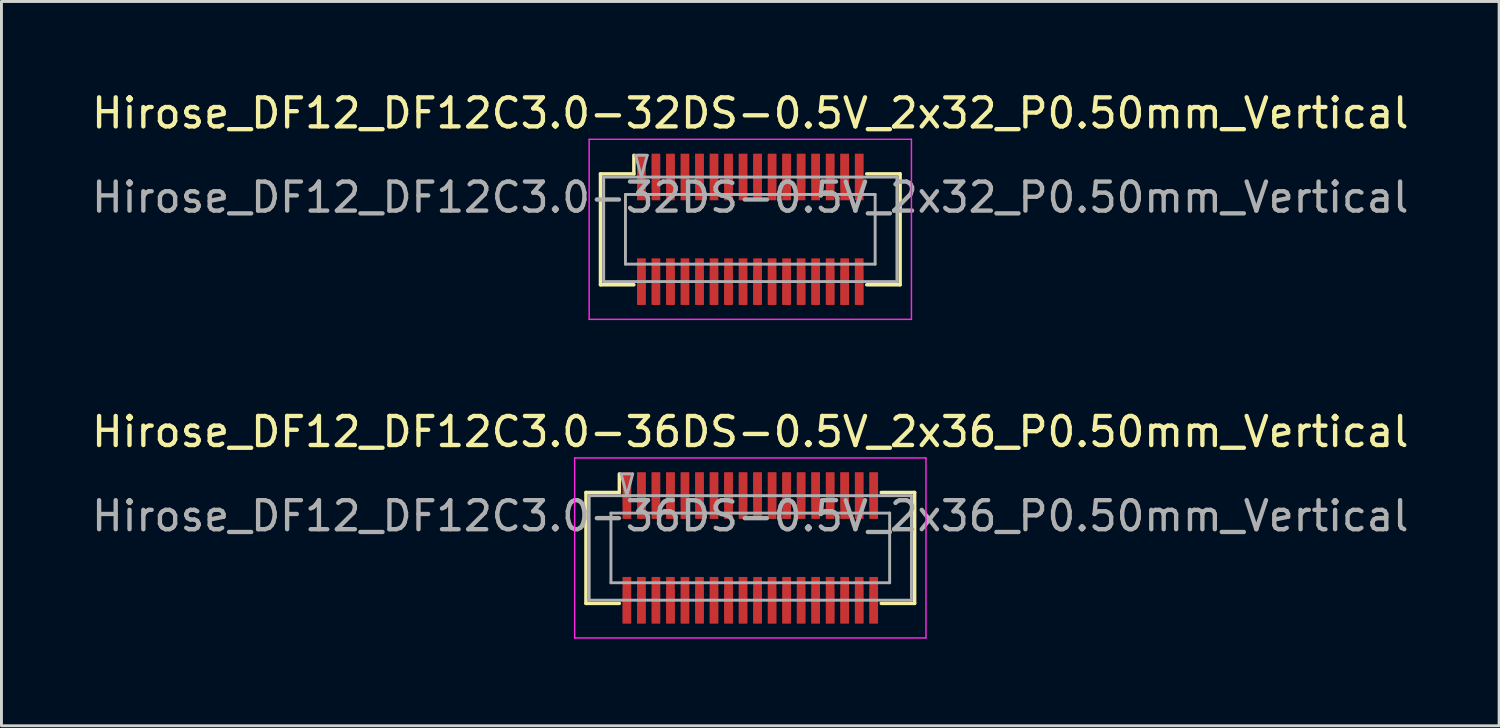
<source format=kicad_pcb>
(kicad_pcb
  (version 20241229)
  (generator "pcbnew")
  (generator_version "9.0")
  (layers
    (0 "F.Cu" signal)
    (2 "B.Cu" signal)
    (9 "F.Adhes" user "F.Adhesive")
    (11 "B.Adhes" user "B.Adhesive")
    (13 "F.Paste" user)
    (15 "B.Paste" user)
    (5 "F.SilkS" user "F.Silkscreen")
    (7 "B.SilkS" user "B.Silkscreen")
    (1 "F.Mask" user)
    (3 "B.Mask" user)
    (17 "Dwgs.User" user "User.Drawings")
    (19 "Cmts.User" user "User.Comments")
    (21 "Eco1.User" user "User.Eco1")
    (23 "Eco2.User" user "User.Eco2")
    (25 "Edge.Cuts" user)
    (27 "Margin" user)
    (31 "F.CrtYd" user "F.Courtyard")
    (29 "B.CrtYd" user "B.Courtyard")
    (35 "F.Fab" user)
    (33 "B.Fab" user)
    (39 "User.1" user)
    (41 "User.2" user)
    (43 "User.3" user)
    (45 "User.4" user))
  (footprint "Hirose_DF12_DF12C3.0-32DS-0.5V_2x32_P0.50mm_Vertical"
    (layer "F.Cu")
    (at 22.792 4.848)
    (property "Reference" "Hirose_DF12_DF12C3.0-32DS-0.5V_2x32_P0.50mm_Vertical" (at 0 -4 0) (layer "F.SilkS") (effects (font (size 1 1) (thickness 0.15))))
    (attr smd)
    (fp_line (start -5.16 -1.91) (end -4.01 -1.91) (stroke (width 0.12) (type solid)) (layer "F.SilkS"))
    (fp_line (start -5.16 1.91) (end -5.16 -1.91) (stroke (width 0.12) (type solid)) (layer "F.SilkS"))
    (fp_line (start -4.01 -1.91) (end -4.01 -2.55) (stroke (width 0.12) (type solid)) (layer "F.SilkS"))
    (fp_line (start -4.01 1.91) (end -5.16 1.91) (stroke (width 0.12) (type solid)) (layer "F.SilkS"))
    (fp_line (start 4.01 1.91) (end 5.16 1.91) (stroke (width 0.12) (type solid)) (layer "F.SilkS"))
    (fp_line (start 5.16 -1.91) (end 4.01 -1.91) (stroke (width 0.12) (type solid)) (layer "F.SilkS"))
    (fp_line (start 5.16 1.91) (end 5.16 -1.91) (stroke (width 0.12) (type solid)) (layer "F.SilkS"))
    (fp_line (start -5.55 -3.1) (end -5.55 3.1) (stroke (width 0.05) (type solid)) (layer "F.CrtYd"))
    (fp_line (start -5.55 3.1) (end 5.55 3.1) (stroke (width 0.05) (type solid)) (layer "F.CrtYd"))
    (fp_line (start 5.55 -3.1) (end -5.55 -3.1) (stroke (width 0.05) (type solid)) (layer "F.CrtYd"))
    (fp_line (start 5.55 3.1) (end 5.55 -3.1) (stroke (width 0.05) (type solid)) (layer "F.CrtYd"))
    (fp_line (start -5.05 -1.8) (end 5.05 -1.8) (stroke (width 0.1) (type solid)) (layer "F.Fab"))
    (fp_line (start -5.05 1.8) (end -5.05 -1.8) (stroke (width 0.1) (type solid)) (layer "F.Fab"))
    (fp_line (start -4.3 -1.2) (end 4.3 -1.2) (stroke (width 0.1) (type solid)) (layer "F.Fab"))
    (fp_line (start -4.3 1.2) (end -4.3 -1.2) (stroke (width 0.1) (type solid)) (layer "F.Fab"))
    (fp_line (start -3.95 -2.55) (end -3.75 -1.8) (stroke (width 0.1) (type solid)) (layer "F.Fab"))
    (fp_line (start -3.75 -1.8) (end -3.55 -2.55) (stroke (width 0.1) (type solid)) (layer "F.Fab"))
    (fp_line (start -3.55 -2.55) (end -3.95 -2.55) (stroke (width 0.1) (type solid)) (layer "F.Fab"))
    (fp_line (start 4.3 -1.2) (end 4.3 1.2) (stroke (width 0.1) (type solid)) (layer "F.Fab"))
    (fp_line (start 4.3 1.2) (end -4.3 1.2) (stroke (width 0.1) (type solid)) (layer "F.Fab"))
    (fp_line (start 5.05 -1.8) (end 5.05 1.8) (stroke (width 0.1) (type solid)) (layer "F.Fab"))
    (fp_line (start 5.05 1.8) (end -5.05 1.8) (stroke (width 0.1) (type solid)) (layer "F.Fab"))
    (fp_text user "${REFERENCE}" (at 0 -1.1 0) (layer "F.Fab") (effects (font (size 1 1) (thickness 0.15))))
    (pad "" smd rect (at -3.75 -2) (size 0.28 1.2) (layers "F.Cu" "F.Paste"))
    (pad "" smd rect (at -3.75 2) (size 0.28 1.2) (layers "F.Cu" "F.Paste"))
    (pad "" smd rect (at -3.25 -2) (size 0.28 1.2) (layers "F.Cu" "F.Paste"))
    (pad "" smd rect (at -3.25 2) (size 0.28 1.2) (layers "F.Cu" "F.Paste"))
    (pad "" smd rect (at -2.75 -2) (size 0.28 1.2) (layers "F.Cu" "F.Paste"))
    (pad "" smd rect (at -2.75 2) (size 0.28 1.2) (layers "F.Cu" "F.Paste"))
    (pad "" smd rect (at -2.25 -2) (size 0.28 1.2) (layers "F.Cu" "F.Paste"))
    (pad "" smd rect (at -2.25 2) (size 0.28 1.2) (layers "F.Cu" "F.Paste"))
    (pad "" smd rect (at -1.75 -2) (size 0.28 1.2) (layers "F.Cu" "F.Paste"))
    (pad "" smd rect (at -1.75 2) (size 0.28 1.2) (layers "F.Cu" "F.Paste"))
    (pad "" smd rect (at -1.25 -2) (size 0.28 1.2) (layers "F.Cu" "F.Paste"))
    (pad "" smd rect (at -1.25 2) (size 0.28 1.2) (layers "F.Cu" "F.Paste"))
    (pad "" smd rect (at -0.75 -2) (size 0.28 1.2) (layers "F.Cu" "F.Paste"))
    (pad "" smd rect (at -0.75 2) (size 0.28 1.2) (layers "F.Cu" "F.Paste"))
    (pad "" smd rect (at -0.25 -2) (size 0.28 1.2) (layers "F.Cu" "F.Paste"))
    (pad "" smd rect (at -0.25 2) (size 0.28 1.2) (layers "F.Cu" "F.Paste"))
    (pad "" smd rect (at 0.25 -2) (size 0.28 1.2) (layers "F.Cu" "F.Paste"))
    (pad "" smd rect (at 0.25 2) (size 0.28 1.2) (layers "F.Cu" "F.Paste"))
    (pad "" smd rect (at 0.75 -2) (size 0.28 1.2) (layers "F.Cu" "F.Paste"))
    (pad "" smd rect (at 0.75 2) (size 0.28 1.2) (layers "F.Cu" "F.Paste"))
    (pad "" smd rect (at 1.25 -2) (size 0.28 1.2) (layers "F.Cu" "F.Paste"))
    (pad "" smd rect (at 1.25 2) (size 0.28 1.2) (layers "F.Cu" "F.Paste"))
    (pad "" smd rect (at 1.75 -2) (size 0.28 1.2) (layers "F.Cu" "F.Paste"))
    (pad "" smd rect (at 1.75 2) (size 0.28 1.2) (layers "F.Cu" "F.Paste"))
    (pad "" smd rect (at 2.25 -2) (size 0.28 1.2) (layers "F.Cu" "F.Paste"))
    (pad "" smd rect (at 2.25 2) (size 0.28 1.2) (layers "F.Cu" "F.Paste"))
    (pad "" smd rect (at 2.75 -2) (size 0.28 1.2) (layers "F.Cu" "F.Paste"))
    (pad "" smd rect (at 2.75 2) (size 0.28 1.2) (layers "F.Cu" "F.Paste"))
    (pad "" smd rect (at 3.25 -2) (size 0.28 1.2) (layers "F.Cu" "F.Paste"))
    (pad "" smd rect (at 3.25 2) (size 0.28 1.2) (layers "F.Cu" "F.Paste"))
    (pad "" smd rect (at 3.75 -2) (size 0.28 1.2) (layers "F.Cu" "F.Paste"))
    (pad "" smd rect (at 3.75 2) (size 0.28 1.2) (layers "F.Cu" "F.Paste"))
    (pad "1" smd rect (at -3.75 -1.8) (size 0.3 1.6) (layers "F.Cu" "F.Mask"))
    (pad "2" smd rect (at -3.25 -1.8) (size 0.3 1.6) (layers "F.Cu" "F.Mask"))
    (pad "3" smd rect (at -2.75 -1.8) (size 0.3 1.6) (layers "F.Cu" "F.Mask"))
    (pad "4" smd rect (at -2.25 -1.8) (size 0.3 1.6) (layers "F.Cu" "F.Mask"))
    (pad "5" smd rect (at -1.75 -1.8) (size 0.3 1.6) (layers "F.Cu" "F.Mask"))
    (pad "6" smd rect (at -1.25 -1.8) (size 0.3 1.6) (layers "F.Cu" "F.Mask"))
    (pad "7" smd rect (at -0.75 -1.8) (size 0.3 1.6) (layers "F.Cu" "F.Mask"))
    (pad "8" smd rect (at -0.25 -1.8) (size 0.3 1.6) (layers "F.Cu" "F.Mask"))
    (pad "9" smd rect (at 0.25 -1.8) (size 0.3 1.6) (layers "F.Cu" "F.Mask"))
    (pad "10" smd rect (at 0.75 -1.8) (size 0.3 1.6) (layers "F.Cu" "F.Mask"))
    (pad "11" smd rect (at 1.25 -1.8) (size 0.3 1.6) (layers "F.Cu" "F.Mask"))
    (pad "12" smd rect (at 1.75 -1.8) (size 0.3 1.6) (layers "F.Cu" "F.Mask"))
    (pad "13" smd rect (at 2.25 -1.8) (size 0.3 1.6) (layers "F.Cu" "F.Mask"))
    (pad "14" smd rect (at 2.75 -1.8) (size 0.3 1.6) (layers "F.Cu" "F.Mask"))
    (pad "15" smd rect (at 3.25 -1.8) (size 0.3 1.6) (layers "F.Cu" "F.Mask"))
    (pad "16" smd rect (at 3.75 -1.8) (size 0.3 1.6) (layers "F.Cu" "F.Mask"))
    (pad "17" smd rect (at -3.75 1.8) (size 0.3 1.6) (layers "F.Cu" "F.Mask"))
    (pad "18" smd rect (at -3.25 1.8) (size 0.3 1.6) (layers "F.Cu" "F.Mask"))
    (pad "19" smd rect (at -2.75 1.8) (size 0.3 1.6) (layers "F.Cu" "F.Mask"))
    (pad "20" smd rect (at -2.25 1.8) (size 0.3 1.6) (layers "F.Cu" "F.Mask"))
    (pad "21" smd rect (at -1.75 1.8) (size 0.3 1.6) (layers "F.Cu" "F.Mask"))
    (pad "22" smd rect (at -1.25 1.8) (size 0.3 1.6) (layers "F.Cu" "F.Mask"))
    (pad "23" smd rect (at -0.75 1.8) (size 0.3 1.6) (layers "F.Cu" "F.Mask"))
    (pad "24" smd rect (at -0.25 1.8) (size 0.3 1.6) (layers "F.Cu" "F.Mask"))
    (pad "25" smd rect (at 0.25 1.8) (size 0.3 1.6) (layers "F.Cu" "F.Mask"))
    (pad "26" smd rect (at 0.75 1.8) (size 0.3 1.6) (layers "F.Cu" "F.Mask"))
    (pad "27" smd rect (at 1.25 1.8) (size 0.3 1.6) (layers "F.Cu" "F.Mask"))
    (pad "28" smd rect (at 1.75 1.8) (size 0.3 1.6) (layers "F.Cu" "F.Mask"))
    (pad "29" smd rect (at 2.25 1.8) (size 0.3 1.6) (layers "F.Cu" "F.Mask"))
    (pad "30" smd rect (at 2.75 1.8) (size 0.3 1.6) (layers "F.Cu" "F.Mask"))
    (pad "31" smd rect (at 3.25 1.8) (size 0.3 1.6) (layers "F.Cu" "F.Mask"))
    (pad "32" smd rect (at 3.75 1.8) (size 0.3 1.6) (layers "F.Cu" "F.Mask")))
  (footprint "Hirose_DF12_DF12C3.0-36DS-0.5V_2x36_P0.50mm_Vertical"
    (layer "F.Cu")
    (at 22.792 15.822)
    (property "Reference" "Hirose_DF12_DF12C3.0-36DS-0.5V_2x36_P0.50mm_Vertical" (at 0 -4 0) (layer "F.SilkS") (effects (font (size 1 1) (thickness 0.15))))
    (attr smd)
    (fp_line (start -5.66 -1.91) (end -4.51 -1.91) (stroke (width 0.12) (type solid)) (layer "F.SilkS"))
    (fp_line (start -5.66 1.91) (end -5.66 -1.91) (stroke (width 0.12) (type solid)) (layer "F.SilkS"))
    (fp_line (start -4.51 -1.91) (end -4.51 -2.55) (stroke (width 0.12) (type solid)) (layer "F.SilkS"))
    (fp_line (start -4.51 1.91) (end -5.66 1.91) (stroke (width 0.12) (type solid)) (layer "F.SilkS"))
    (fp_line (start 4.51 1.91) (end 5.66 1.91) (stroke (width 0.12) (type solid)) (layer "F.SilkS"))
    (fp_line (start 5.66 -1.91) (end 4.51 -1.91) (stroke (width 0.12) (type solid)) (layer "F.SilkS"))
    (fp_line (start 5.66 1.91) (end 5.66 -1.91) (stroke (width 0.12) (type solid)) (layer "F.SilkS"))
    (fp_line (start -6.05 -3.1) (end -6.05 3.1) (stroke (width 0.05) (type solid)) (layer "F.CrtYd"))
    (fp_line (start -6.05 3.1) (end 6.05 3.1) (stroke (width 0.05) (type solid)) (layer "F.CrtYd"))
    (fp_line (start 6.05 -3.1) (end -6.05 -3.1) (stroke (width 0.05) (type solid)) (layer "F.CrtYd"))
    (fp_line (start 6.05 3.1) (end 6.05 -3.1) (stroke (width 0.05) (type solid)) (layer "F.CrtYd"))
    (fp_line (start -5.55 -1.8) (end 5.55 -1.8) (stroke (width 0.1) (type solid)) (layer "F.Fab"))
    (fp_line (start -5.55 1.8) (end -5.55 -1.8) (stroke (width 0.1) (type solid)) (layer "F.Fab"))
    (fp_line (start -4.8 -1.2) (end 4.8 -1.2) (stroke (width 0.1) (type solid)) (layer "F.Fab"))
    (fp_line (start -4.8 1.2) (end -4.8 -1.2) (stroke (width 0.1) (type solid)) (layer "F.Fab"))
    (fp_line (start -4.45 -2.55) (end -4.25 -1.8) (stroke (width 0.1) (type solid)) (layer "F.Fab"))
    (fp_line (start -4.25 -1.8) (end -4.05 -2.55) (stroke (width 0.1) (type solid)) (layer "F.Fab"))
    (fp_line (start -4.05 -2.55) (end -4.45 -2.55) (stroke (width 0.1) (type solid)) (layer "F.Fab"))
    (fp_line (start 4.8 -1.2) (end 4.8 1.2) (stroke (width 0.1) (type solid)) (layer "F.Fab"))
    (fp_line (start 4.8 1.2) (end -4.8 1.2) (stroke (width 0.1) (type solid)) (layer "F.Fab"))
    (fp_line (start 5.55 -1.8) (end 5.55 1.8) (stroke (width 0.1) (type solid)) (layer "F.Fab"))
    (fp_line (start 5.55 1.8) (end -5.55 1.8) (stroke (width 0.1) (type solid)) (layer "F.Fab"))
    (fp_text user "${REFERENCE}" (at 0 -1.1 0) (layer "F.Fab") (effects (font (size 1 1) (thickness 0.15))))
    (pad "" smd rect (at -4.25 -2) (size 0.28 1.2) (layers "F.Cu" "F.Paste"))
    (pad "" smd rect (at -4.25 2) (size 0.28 1.2) (layers "F.Cu" "F.Paste"))
    (pad "" smd rect (at -3.75 -2) (size 0.28 1.2) (layers "F.Cu" "F.Paste"))
    (pad "" smd rect (at -3.75 2) (size 0.28 1.2) (layers "F.Cu" "F.Paste"))
    (pad "" smd rect (at -3.25 -2) (size 0.28 1.2) (layers "F.Cu" "F.Paste"))
    (pad "" smd rect (at -3.25 2) (size 0.28 1.2) (layers "F.Cu" "F.Paste"))
    (pad "" smd rect (at -2.75 -2) (size 0.28 1.2) (layers "F.Cu" "F.Paste"))
    (pad "" smd rect (at -2.75 2) (size 0.28 1.2) (layers "F.Cu" "F.Paste"))
    (pad "" smd rect (at -2.25 -2) (size 0.28 1.2) (layers "F.Cu" "F.Paste"))
    (pad "" smd rect (at -2.25 2) (size 0.28 1.2) (layers "F.Cu" "F.Paste"))
    (pad "" smd rect (at -1.75 -2) (size 0.28 1.2) (layers "F.Cu" "F.Paste"))
    (pad "" smd rect (at -1.75 2) (size 0.28 1.2) (layers "F.Cu" "F.Paste"))
    (pad "" smd rect (at -1.25 -2) (size 0.28 1.2) (layers "F.Cu" "F.Paste"))
    (pad "" smd rect (at -1.25 2) (size 0.28 1.2) (layers "F.Cu" "F.Paste"))
    (pad "" smd rect (at -0.75 -2) (size 0.28 1.2) (layers "F.Cu" "F.Paste"))
    (pad "" smd rect (at -0.75 2) (size 0.28 1.2) (layers "F.Cu" "F.Paste"))
    (pad "" smd rect (at -0.25 -2) (size 0.28 1.2) (layers "F.Cu" "F.Paste"))
    (pad "" smd rect (at -0.25 2) (size 0.28 1.2) (layers "F.Cu" "F.Paste"))
    (pad "" smd rect (at 0.25 -2) (size 0.28 1.2) (layers "F.Cu" "F.Paste"))
    (pad "" smd rect (at 0.25 2) (size 0.28 1.2) (layers "F.Cu" "F.Paste"))
    (pad "" smd rect (at 0.75 -2) (size 0.28 1.2) (layers "F.Cu" "F.Paste"))
    (pad "" smd rect (at 0.75 2) (size 0.28 1.2) (layers "F.Cu" "F.Paste"))
    (pad "" smd rect (at 1.25 -2) (size 0.28 1.2) (layers "F.Cu" "F.Paste"))
    (pad "" smd rect (at 1.25 2) (size 0.28 1.2) (layers "F.Cu" "F.Paste"))
    (pad "" smd rect (at 1.75 -2) (size 0.28 1.2) (layers "F.Cu" "F.Paste"))
    (pad "" smd rect (at 1.75 2) (size 0.28 1.2) (layers "F.Cu" "F.Paste"))
    (pad "" smd rect (at 2.25 -2) (size 0.28 1.2) (layers "F.Cu" "F.Paste"))
    (pad "" smd rect (at 2.25 2) (size 0.28 1.2) (layers "F.Cu" "F.Paste"))
    (pad "" smd rect (at 2.75 -2) (size 0.28 1.2) (layers "F.Cu" "F.Paste"))
    (pad "" smd rect (at 2.75 2) (size 0.28 1.2) (layers "F.Cu" "F.Paste"))
    (pad "" smd rect (at 3.25 -2) (size 0.28 1.2) (layers "F.Cu" "F.Paste"))
    (pad "" smd rect (at 3.25 2) (size 0.28 1.2) (layers "F.Cu" "F.Paste"))
    (pad "" smd rect (at 3.75 -2) (size 0.28 1.2) (layers "F.Cu" "F.Paste"))
    (pad "" smd rect (at 3.75 2) (size 0.28 1.2) (layers "F.Cu" "F.Paste"))
    (pad "" smd rect (at 4.25 -2) (size 0.28 1.2) (layers "F.Cu" "F.Paste"))
    (pad "" smd rect (at 4.25 2) (size 0.28 1.2) (layers "F.Cu" "F.Paste"))
    (pad "1" smd rect (at -4.25 -1.8) (size 0.3 1.6) (layers "F.Cu" "F.Mask"))
    (pad "2" smd rect (at -3.75 -1.8) (size 0.3 1.6) (layers "F.Cu" "F.Mask"))
    (pad "3" smd rect (at -3.25 -1.8) (size 0.3 1.6) (layers "F.Cu" "F.Mask"))
    (pad "4" smd rect (at -2.75 -1.8) (size 0.3 1.6) (layers "F.Cu" "F.Mask"))
    (pad "5" smd rect (at -2.25 -1.8) (size 0.3 1.6) (layers "F.Cu" "F.Mask"))
    (pad "6" smd rect (at -1.75 -1.8) (size 0.3 1.6) (layers "F.Cu" "F.Mask"))
    (pad "7" smd rect (at -1.25 -1.8) (size 0.3 1.6) (layers "F.Cu" "F.Mask"))
    (pad "8" smd rect (at -0.75 -1.8) (size 0.3 1.6) (layers "F.Cu" "F.Mask"))
    (pad "9" smd rect (at -0.25 -1.8) (size 0.3 1.6) (layers "F.Cu" "F.Mask"))
    (pad "10" smd rect (at 0.25 -1.8) (size 0.3 1.6) (layers "F.Cu" "F.Mask"))
    (pad "11" smd rect (at 0.75 -1.8) (size 0.3 1.6) (layers "F.Cu" "F.Mask"))
    (pad "12" smd rect (at 1.25 -1.8) (size 0.3 1.6) (layers "F.Cu" "F.Mask"))
    (pad "13" smd rect (at 1.75 -1.8) (size 0.3 1.6) (layers "F.Cu" "F.Mask"))
    (pad "14" smd rect (at 2.25 -1.8) (size 0.3 1.6) (layers "F.Cu" "F.Mask"))
    (pad "15" smd rect (at 2.75 -1.8) (size 0.3 1.6) (layers "F.Cu" "F.Mask"))
    (pad "16" smd rect (at 3.25 -1.8) (size 0.3 1.6) (layers "F.Cu" "F.Mask"))
    (pad "17" smd rect (at 3.75 -1.8) (size 0.3 1.6) (layers "F.Cu" "F.Mask"))
    (pad "18" smd rect (at 4.25 -1.8) (size 0.3 1.6) (layers "F.Cu" "F.Mask"))
    (pad "19" smd rect (at -4.25 1.8) (size 0.3 1.6) (layers "F.Cu" "F.Mask"))
    (pad "20" smd rect (at -3.75 1.8) (size 0.3 1.6) (layers "F.Cu" "F.Mask"))
    (pad "21" smd rect (at -3.25 1.8) (size 0.3 1.6) (layers "F.Cu" "F.Mask"))
    (pad "22" smd rect (at -2.75 1.8) (size 0.3 1.6) (layers "F.Cu" "F.Mask"))
    (pad "23" smd rect (at -2.25 1.8) (size 0.3 1.6) (layers "F.Cu" "F.Mask"))
    (pad "24" smd rect (at -1.75 1.8) (size 0.3 1.6) (layers "F.Cu" "F.Mask"))
    (pad "25" smd rect (at -1.25 1.8) (size 0.3 1.6) (layers "F.Cu" "F.Mask"))
    (pad "26" smd rect (at -0.75 1.8) (size 0.3 1.6) (layers "F.Cu" "F.Mask"))
    (pad "27" smd rect (at -0.25 1.8) (size 0.3 1.6) (layers "F.Cu" "F.Mask"))
    (pad "28" smd rect (at 0.25 1.8) (size 0.3 1.6) (layers "F.Cu" "F.Mask"))
    (pad "29" smd rect (at 0.75 1.8) (size 0.3 1.6) (layers "F.Cu" "F.Mask"))
    (pad "30" smd rect (at 1.25 1.8) (size 0.3 1.6) (layers "F.Cu" "F.Mask"))
    (pad "31" smd rect (at 1.75 1.8) (size 0.3 1.6) (layers "F.Cu" "F.Mask"))
    (pad "32" smd rect (at 2.25 1.8) (size 0.3 1.6) (layers "F.Cu" "F.Mask"))
    (pad "33" smd rect (at 2.75 1.8) (size 0.3 1.6) (layers "F.Cu" "F.Mask"))
    (pad "34" smd rect (at 3.25 1.8) (size 0.3 1.6) (layers "F.Cu" "F.Mask"))
    (pad "35" smd rect (at 3.75 1.8) (size 0.3 1.6) (layers "F.Cu" "F.Mask"))
    (pad "36" smd rect (at 4.25 1.8) (size 0.3 1.6) (layers "F.Cu" "F.Mask")))
  (gr_rect
    (start -3 -3)
    (end 48.583 21.947)
    (stroke (width 0.1) (type default))
    (fill no)
    (layer "Edge.Cuts")))
</source>
